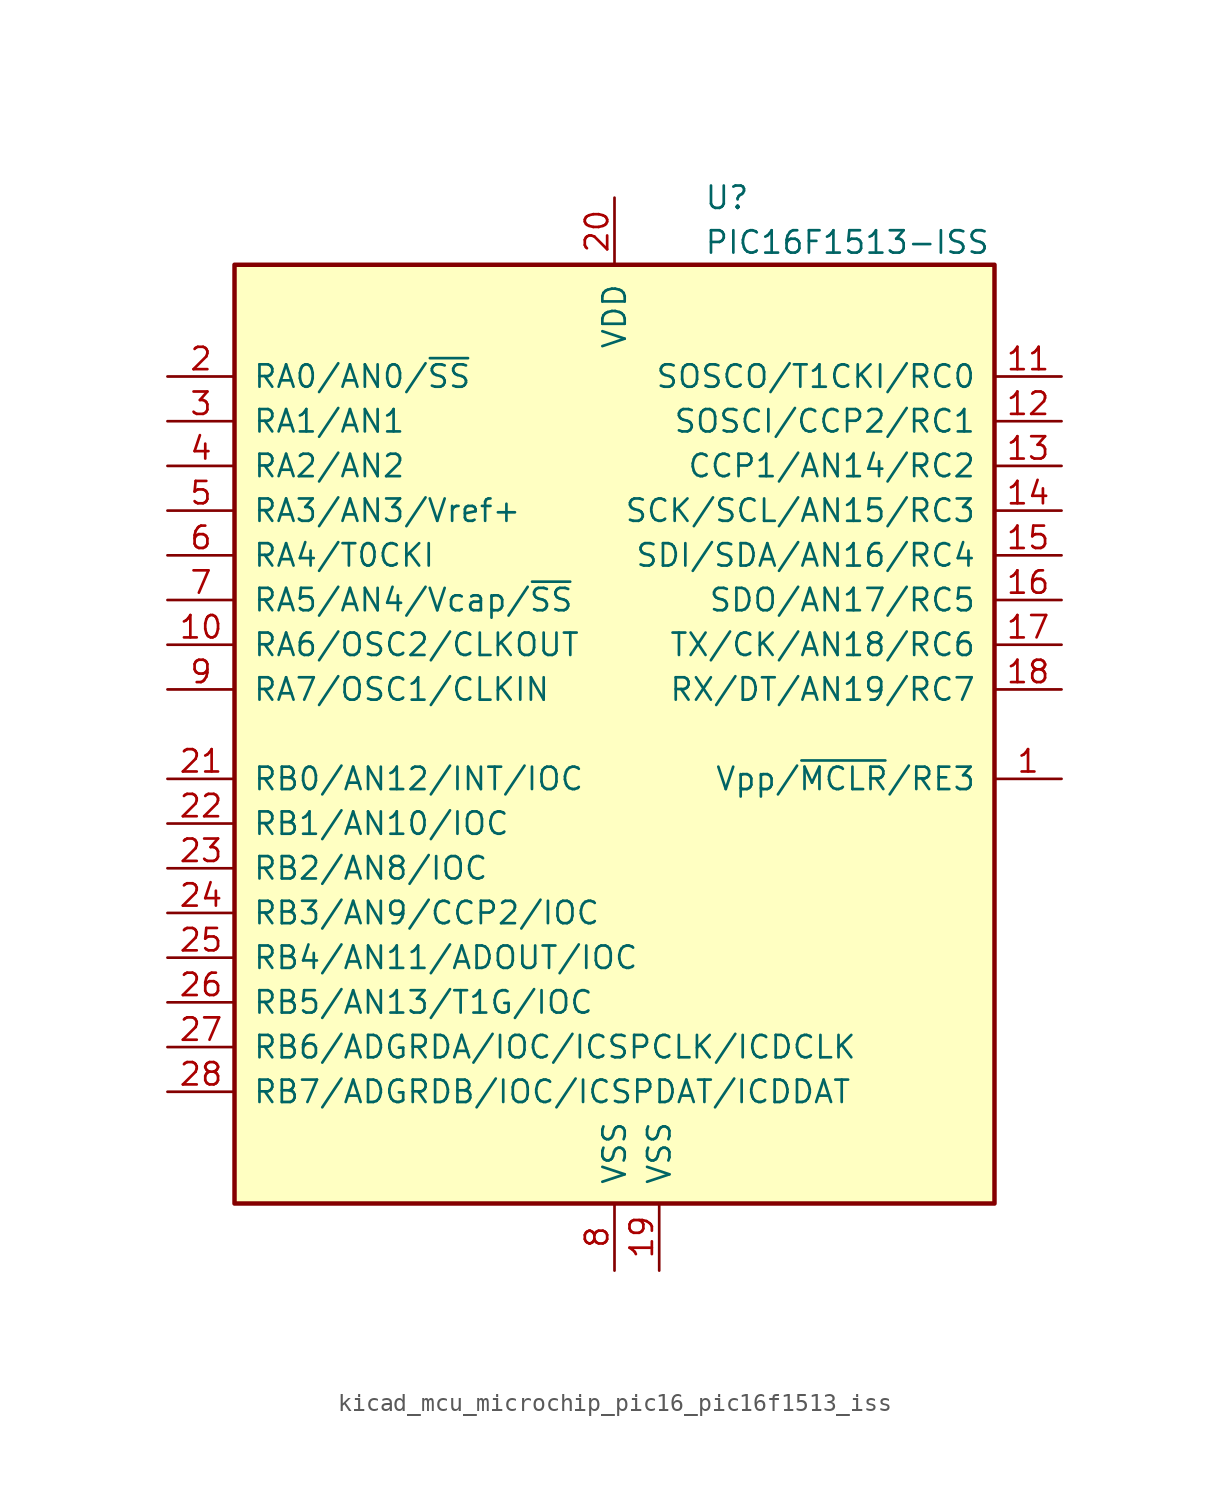
<source format=kicad_sym>
(kicad_symbol_lib
  (version 20220914)
  (generator kicad_symbol_editor)
  (symbol "kicad_mcu_microchip_pic16_pic16f1513_iss"
    (pin_names
      (offset 1.016))
    (property "Reference" "U"
      (at 5.08 30.48 0)
      (effects (font (size 1.27 1.27)) (justify left)))
    (property "Value" "PIC16F1513-ISS"
      (at 5.08 27.94 0)
      (effects (font (size 1.27 1.27)) (justify left)))
    (symbol "kicad_mcu_microchip_pic16_pic16f1513_iss_0_1"
      (rectangle (start -21.59 26.67) (end 21.59 -26.67) (stroke (width 0.254) (type default)) (fill (type background))))
    (symbol "kicad_mcu_microchip_pic16_pic16f1513_iss_1_1"
      (pin input line (at 25.4 -2.54 180) (length 3.81) (name "Vpp/~{MCLR}/RE3" (effects (font (size 1.27 1.27)))) (number "1" (effects (font (size 1.27 1.27)))))
      (pin bidirectional line (at -25.4 5.08 0) (length 3.81) (name "RA6/OSC2/CLKOUT" (effects (font (size 1.27 1.27)))) (number "10" (effects (font (size 1.27 1.27)))))
      (pin bidirectional line (at 25.4 20.32 180) (length 3.81) (name "SOSCO/T1CKI/RC0" (effects (font (size 1.27 1.27)))) (number "11" (effects (font (size 1.27 1.27)))))
      (pin bidirectional line (at 25.4 17.78 180) (length 3.81) (name "SOSCI/CCP2/RC1" (effects (font (size 1.27 1.27)))) (number "12" (effects (font (size 1.27 1.27)))))
      (pin bidirectional line (at 25.4 15.24 180) (length 3.81) (name "CCP1/AN14/RC2" (effects (font (size 1.27 1.27)))) (number "13" (effects (font (size 1.27 1.27)))))
      (pin bidirectional line (at 25.4 12.7 180) (length 3.81) (name "SCK/SCL/AN15/RC3" (effects (font (size 1.27 1.27)))) (number "14" (effects (font (size 1.27 1.27)))))
      (pin bidirectional line (at 25.4 10.16 180) (length 3.81) (name "SDI/SDA/AN16/RC4" (effects (font (size 1.27 1.27)))) (number "15" (effects (font (size 1.27 1.27)))))
      (pin bidirectional line (at 25.4 7.62 180) (length 3.81) (name "SDO/AN17/RC5" (effects (font (size 1.27 1.27)))) (number "16" (effects (font (size 1.27 1.27)))))
      (pin bidirectional line (at 25.4 5.08 180) (length 3.81) (name "TX/CK/AN18/RC6" (effects (font (size 1.27 1.27)))) (number "17" (effects (font (size 1.27 1.27)))))
      (pin bidirectional line (at 25.4 2.54 180) (length 3.81) (name "RX/DT/AN19/RC7" (effects (font (size 1.27 1.27)))) (number "18" (effects (font (size 1.27 1.27)))))
      (pin power_in line (at 2.54 -30.48 90) (length 3.81) (name "VSS" (effects (font (size 1.27 1.27)))) (number "19" (effects (font (size 1.27 1.27)))))
      (pin bidirectional line (at -25.4 20.32 0) (length 3.81) (name "RA0/AN0/~{SS}" (effects (font (size 1.27 1.27)))) (number "2" (effects (font (size 1.27 1.27)))))
      (pin power_in line (at 0 30.48 270) (length 3.81) (name "VDD" (effects (font (size 1.27 1.27)))) (number "20" (effects (font (size 1.27 1.27)))))
      (pin bidirectional line (at -25.4 -2.54 0) (length 3.81) (name "RB0/AN12/INT/IOC" (effects (font (size 1.27 1.27)))) (number "21" (effects (font (size 1.27 1.27)))))
      (pin bidirectional line (at -25.4 -5.08 0) (length 3.81) (name "RB1/AN10/IOC" (effects (font (size 1.27 1.27)))) (number "22" (effects (font (size 1.27 1.27)))))
      (pin bidirectional line (at -25.4 -7.62 0) (length 3.81) (name "RB2/AN8/IOC" (effects (font (size 1.27 1.27)))) (number "23" (effects (font (size 1.27 1.27)))))
      (pin bidirectional line (at -25.4 -10.16 0) (length 3.81) (name "RB3/AN9/CCP2/IOC" (effects (font (size 1.27 1.27)))) (number "24" (effects (font (size 1.27 1.27)))))
      (pin bidirectional line (at -25.4 -12.7 0) (length 3.81) (name "RB4/AN11/ADOUT/IOC" (effects (font (size 1.27 1.27)))) (number "25" (effects (font (size 1.27 1.27)))))
      (pin bidirectional line (at -25.4 -15.24 0) (length 3.81) (name "RB5/AN13/T1G/IOC" (effects (font (size 1.27 1.27)))) (number "26" (effects (font (size 1.27 1.27)))))
      (pin bidirectional line (at -25.4 -17.78 0) (length 3.81) (name "RB6/ADGRDA/IOC/ICSPCLK/ICDCLK" (effects (font (size 1.27 1.27)))) (number "27" (effects (font (size 1.27 1.27)))))
      (pin bidirectional line (at -25.4 -20.32 0) (length 3.81) (name "RB7/ADGRDB/IOC/ICSPDAT/ICDDAT" (effects (font (size 1.27 1.27)))) (number "28" (effects (font (size 1.27 1.27)))))
      (pin bidirectional line (at -25.4 17.78 0) (length 3.81) (name "RA1/AN1" (effects (font (size 1.27 1.27)))) (number "3" (effects (font (size 1.27 1.27)))))
      (pin bidirectional line (at -25.4 15.24 0) (length 3.81) (name "RA2/AN2" (effects (font (size 1.27 1.27)))) (number "4" (effects (font (size 1.27 1.27)))))
      (pin bidirectional line (at -25.4 12.7 0) (length 3.81) (name "RA3/AN3/Vref+" (effects (font (size 1.27 1.27)))) (number "5" (effects (font (size 1.27 1.27)))))
      (pin bidirectional line (at -25.4 10.16 0) (length 3.81) (name "RA4/T0CKI" (effects (font (size 1.27 1.27)))) (number "6" (effects (font (size 1.27 1.27)))))
      (pin bidirectional line (at -25.4 7.62 0) (length 3.81) (name "RA5/AN4/Vcap/~{SS}" (effects (font (size 1.27 1.27)))) (number "7" (effects (font (size 1.27 1.27)))))
      (pin power_in line (at 0 -30.48 90) (length 3.81) (name "VSS" (effects (font (size 1.27 1.27)))) (number "8" (effects (font (size 1.27 1.27)))))
      (pin bidirectional line (at -25.4 2.54 0) (length 3.81) (name "RA7/OSC1/CLKIN" (effects (font (size 1.27 1.27)))) (number "9" (effects (font (size 1.27 1.27))))))))
</source>
